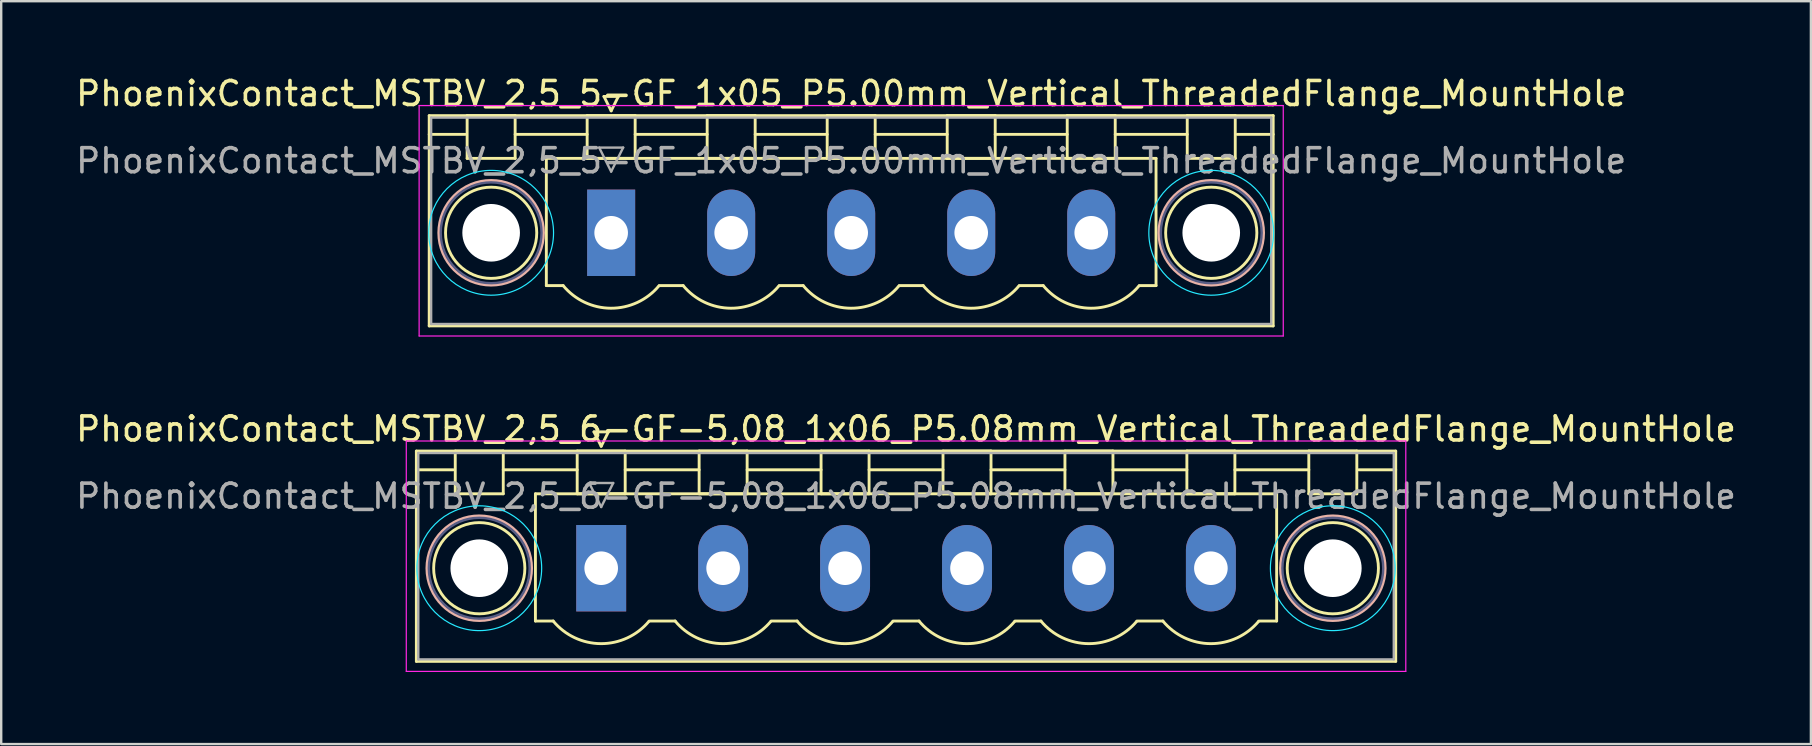
<source format=kicad_pcb>
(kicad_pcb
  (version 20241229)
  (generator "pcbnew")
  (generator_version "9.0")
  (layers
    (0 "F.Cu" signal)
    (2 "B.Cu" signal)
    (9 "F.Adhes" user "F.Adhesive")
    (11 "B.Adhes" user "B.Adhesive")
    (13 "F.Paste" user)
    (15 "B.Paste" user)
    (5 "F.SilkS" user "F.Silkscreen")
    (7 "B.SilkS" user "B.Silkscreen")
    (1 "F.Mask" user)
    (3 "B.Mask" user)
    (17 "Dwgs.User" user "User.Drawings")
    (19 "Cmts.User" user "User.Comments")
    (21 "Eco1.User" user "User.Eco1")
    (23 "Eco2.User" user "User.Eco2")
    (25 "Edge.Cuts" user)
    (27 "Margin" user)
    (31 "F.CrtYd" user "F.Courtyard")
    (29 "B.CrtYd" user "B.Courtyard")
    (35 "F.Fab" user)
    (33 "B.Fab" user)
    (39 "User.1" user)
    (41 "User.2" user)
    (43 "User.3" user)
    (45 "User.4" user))
  (footprint "PhoenixContact_MSTBV_2,5_5-GF_1x05_P5.00mm_Vertical_ThreadedFlange_MountHole"
    (layer "F.Cu")
    (at 22.411 6.648)
    (property "Reference" "PhoenixContact_MSTBV_2,5_5-GF_1x05_P5.00mm_Vertical_ThreadedFlange_MountHole" (at 10 -5.8 0) (layer "F.SilkS") (effects (font (size 1 1) (thickness 0.15))))
    (attr through_hole)
    (fp_line (start -7.58 -4.88) (end -7.58 3.88) (stroke (width 0.12) (type solid)) (layer "F.SilkS"))
    (fp_line (start -7.58 -4.1) (end -6.08 -4.1) (stroke (width 0.12) (type solid)) (layer "F.SilkS"))
    (fp_line (start -7.58 3.88) (end 27.58 3.88) (stroke (width 0.12) (type solid)) (layer "F.SilkS"))
    (fp_line (start -6 -4.88) (end -4 -4.88) (stroke (width 0.12) (type solid)) (layer "F.SilkS"))
    (fp_line (start -6 -3.1) (end -6 -4.88) (stroke (width 0.12) (type solid)) (layer "F.SilkS"))
    (fp_line (start -4 -4.88) (end -4 -3.1) (stroke (width 0.12) (type solid)) (layer "F.SilkS"))
    (fp_line (start -4 -4.1) (end -1 -4.1) (stroke (width 0.12) (type solid)) (layer "F.SilkS"))
    (fp_line (start -4 -3.1) (end -6 -3.1) (stroke (width 0.12) (type solid)) (layer "F.SilkS"))
    (fp_line (start -2.7 -3.1) (end 22.7 -3.1) (stroke (width 0.12) (type solid)) (layer "F.SilkS"))
    (fp_line (start -2.7 2.2) (end -2.7 -3.1) (stroke (width 0.12) (type solid)) (layer "F.SilkS"))
    (fp_line (start -2 2.2) (end -2.7 2.2) (stroke (width 0.12) (type solid)) (layer "F.SilkS"))
    (fp_line (start -1 -4.88) (end 1 -4.88) (stroke (width 0.12) (type solid)) (layer "F.SilkS"))
    (fp_line (start -1 -3.1) (end -1 -4.88) (stroke (width 0.12) (type solid)) (layer "F.SilkS"))
    (fp_line (start -0.3 -5.68) (end 0.3 -5.68) (stroke (width 0.12) (type solid)) (layer "F.SilkS"))
    (fp_line (start 0 -5.08) (end -0.3 -5.68) (stroke (width 0.12) (type solid)) (layer "F.SilkS"))
    (fp_line (start 0.3 -5.68) (end 0 -5.08) (stroke (width 0.12) (type solid)) (layer "F.SilkS"))
    (fp_line (start 1 -4.88) (end 1 -3.1) (stroke (width 0.12) (type solid)) (layer "F.SilkS"))
    (fp_line (start 1 -4.1) (end 4 -4.1) (stroke (width 0.12) (type solid)) (layer "F.SilkS"))
    (fp_line (start 1 -3.1) (end -1 -3.1) (stroke (width 0.12) (type solid)) (layer "F.SilkS"))
    (fp_line (start 2 2.2) (end 3 2.2) (stroke (width 0.12) (type solid)) (layer "F.SilkS"))
    (fp_line (start 4 -4.88) (end 6 -4.88) (stroke (width 0.12) (type solid)) (layer "F.SilkS"))
    (fp_line (start 4 -3.1) (end 4 -4.88) (stroke (width 0.12) (type solid)) (layer "F.SilkS"))
    (fp_line (start 6 -4.88) (end 6 -3.1) (stroke (width 0.12) (type solid)) (layer "F.SilkS"))
    (fp_line (start 6 -4.1) (end 9 -4.1) (stroke (width 0.12) (type solid)) (layer "F.SilkS"))
    (fp_line (start 6 -3.1) (end 4 -3.1) (stroke (width 0.12) (type solid)) (layer "F.SilkS"))
    (fp_line (start 7 2.2) (end 8 2.2) (stroke (width 0.12) (type solid)) (layer "F.SilkS"))
    (fp_line (start 9 -4.88) (end 11 -4.88) (stroke (width 0.12) (type solid)) (layer "F.SilkS"))
    (fp_line (start 9 -3.1) (end 9 -4.88) (stroke (width 0.12) (type solid)) (layer "F.SilkS"))
    (fp_line (start 11 -4.88) (end 11 -3.1) (stroke (width 0.12) (type solid)) (layer "F.SilkS"))
    (fp_line (start 11 -4.1) (end 14 -4.1) (stroke (width 0.12) (type solid)) (layer "F.SilkS"))
    (fp_line (start 11 -3.1) (end 9 -3.1) (stroke (width 0.12) (type solid)) (layer "F.SilkS"))
    (fp_line (start 12 2.2) (end 13 2.2) (stroke (width 0.12) (type solid)) (layer "F.SilkS"))
    (fp_line (start 14 -4.88) (end 16 -4.88) (stroke (width 0.12) (type solid)) (layer "F.SilkS"))
    (fp_line (start 14 -3.1) (end 14 -4.88) (stroke (width 0.12) (type solid)) (layer "F.SilkS"))
    (fp_line (start 16 -4.88) (end 16 -3.1) (stroke (width 0.12) (type solid)) (layer "F.SilkS"))
    (fp_line (start 16 -4.1) (end 19 -4.1) (stroke (width 0.12) (type solid)) (layer "F.SilkS"))
    (fp_line (start 16 -3.1) (end 14 -3.1) (stroke (width 0.12) (type solid)) (layer "F.SilkS"))
    (fp_line (start 17 2.2) (end 18 2.2) (stroke (width 0.12) (type solid)) (layer "F.SilkS"))
    (fp_line (start 19 -4.88) (end 21 -4.88) (stroke (width 0.12) (type solid)) (layer "F.SilkS"))
    (fp_line (start 19 -3.1) (end 19 -4.88) (stroke (width 0.12) (type solid)) (layer "F.SilkS"))
    (fp_line (start 21 -4.88) (end 21 -3.1) (stroke (width 0.12) (type solid)) (layer "F.SilkS"))
    (fp_line (start 21 -4.1) (end 24 -4.1) (stroke (width 0.12) (type solid)) (layer "F.SilkS"))
    (fp_line (start 21 -3.1) (end 19 -3.1) (stroke (width 0.12) (type solid)) (layer "F.SilkS"))
    (fp_line (start 22.7 -3.1) (end 22.7 2.2) (stroke (width 0.12) (type solid)) (layer "F.SilkS"))
    (fp_line (start 22.7 2.2) (end 22 2.2) (stroke (width 0.12) (type solid)) (layer "F.SilkS"))
    (fp_line (start 24 -4.88) (end 26 -4.88) (stroke (width 0.12) (type solid)) (layer "F.SilkS"))
    (fp_line (start 24 -3.1) (end 24 -4.88) (stroke (width 0.12) (type solid)) (layer "F.SilkS"))
    (fp_line (start 26 -4.88) (end 26 -3.1) (stroke (width 0.12) (type solid)) (layer "F.SilkS"))
    (fp_line (start 26 -3.1) (end 24 -3.1) (stroke (width 0.12) (type solid)) (layer "F.SilkS"))
    (fp_line (start 27.58 -4.88) (end -7.58 -4.88) (stroke (width 0.12) (type solid)) (layer "F.SilkS"))
    (fp_line (start 27.58 -4.1) (end 26.08 -4.1) (stroke (width 0.12) (type solid)) (layer "F.SilkS"))
    (fp_line (start 27.58 3.88) (end 27.58 -4.88) (stroke (width 0.12) (type solid)) (layer "F.SilkS"))
    (fp_arc (start 1.986842 2.215821) (mid -0.010289 3.142758) (end -2 2.2) (stroke (width 0.12) (type solid)) (layer "F.SilkS"))
    (fp_arc (start 6.986842 2.215821) (mid 4.989711 3.142758) (end 3 2.2) (stroke (width 0.12) (type solid)) (layer "F.SilkS"))
    (fp_arc (start 11.986842 2.215821) (mid 9.989711 3.142758) (end 8 2.2) (stroke (width 0.12) (type solid)) (layer "F.SilkS"))
    (fp_arc (start 16.986842 2.215821) (mid 14.989711 3.142758) (end 13 2.2) (stroke (width 0.12) (type solid)) (layer "F.SilkS"))
    (fp_arc (start 21.986842 2.215821) (mid 19.989711 3.142758) (end 18 2.2) (stroke (width 0.12) (type solid)) (layer "F.SilkS"))
    (fp_circle (center -5 0) (end -3.1 0) (stroke (width 0.12) (type solid)) (fill no) (layer "F.SilkS"))
    (fp_circle (center 25 0) (end 26.9 0) (stroke (width 0.12) (type solid)) (fill no) (layer "F.SilkS"))
    (fp_circle (center -5 0) (end -2.82 0) (stroke (width 0.12) (type solid)) (fill no) (layer "B.SilkS"))
    (fp_circle (center 25 0) (end 27.18 0) (stroke (width 0.12) (type solid)) (fill no) (layer "B.SilkS"))
    (fp_circle (center -5 0) (end -2.4 0) (stroke (width 0.05) (type solid)) (fill no) (layer "B.CrtYd"))
    (fp_circle (center 25 0) (end 27.6 0) (stroke (width 0.05) (type solid)) (fill no) (layer "B.CrtYd"))
    (fp_line (start -8 -5.3) (end -8 4.3) (stroke (width 0.05) (type solid)) (layer "F.CrtYd"))
    (fp_line (start -8 4.3) (end 28 4.3) (stroke (width 0.05) (type solid)) (layer "F.CrtYd"))
    (fp_line (start 28 -5.3) (end -8 -5.3) (stroke (width 0.05) (type solid)) (layer "F.CrtYd"))
    (fp_line (start 28 4.3) (end 28 -5.3) (stroke (width 0.05) (type solid)) (layer "F.CrtYd"))
    (fp_circle (center -5 0) (end -2.9 0) (stroke (width 0.1) (type solid)) (fill no) (layer "B.Fab"))
    (fp_circle (center 25 0) (end 27.1 0) (stroke (width 0.1) (type solid)) (fill no) (layer "B.Fab"))
    (fp_line (start -7.5 -4.8) (end -7.5 3.8) (stroke (width 0.1) (type solid)) (layer "F.Fab"))
    (fp_line (start -7.5 3.8) (end 27.5 3.8) (stroke (width 0.1) (type solid)) (layer "F.Fab"))
    (fp_line (start -0.5 -3.55) (end 0.5 -3.55) (stroke (width 0.1) (type solid)) (layer "F.Fab"))
    (fp_line (start 0 -2.55) (end -0.5 -3.55) (stroke (width 0.1) (type solid)) (layer "F.Fab"))
    (fp_line (start 0.5 -3.55) (end 0 -2.55) (stroke (width 0.1) (type solid)) (layer "F.Fab"))
    (fp_line (start 27.5 -4.8) (end -7.5 -4.8) (stroke (width 0.1) (type solid)) (layer "F.Fab"))
    (fp_line (start 27.5 3.8) (end 27.5 -4.8) (stroke (width 0.1) (type solid)) (layer "F.Fab"))
    (fp_text user "${REFERENCE}" (at 10 -3 0) (layer "F.Fab") (effects (font (size 1 1) (thickness 0.15))))
    (pad "" np_thru_hole circle (at -5 0) (size 2.4 2.4) (drill 2.4) (layers "*.Cu" "*.Mask"))
    (pad "" np_thru_hole circle (at 25 0) (size 2.4 2.4) (drill 2.4) (layers "*.Cu" "*.Mask"))
    (pad "1" thru_hole rect (at 0 0) (size 2 3.6) (drill 1.4) (layers "*.Cu" "*.Mask"))
    (pad "2" thru_hole oval (at 5 0) (size 2 3.6) (drill 1.4) (layers "*.Cu" "*.Mask"))
    (pad "3" thru_hole oval (at 10 0) (size 2 3.6) (drill 1.4) (layers "*.Cu" "*.Mask"))
    (pad "4" thru_hole oval (at 15 0) (size 2 3.6) (drill 1.4) (layers "*.Cu" "*.Mask"))
    (pad "5" thru_hole oval (at 20 0) (size 2 3.6) (drill 1.4) (layers "*.Cu" "*.Mask")))
  (footprint "PhoenixContact_MSTBV_2,5_6-GF-5,08_1x06_P5.08mm_Vertical_ThreadedFlange_MountHole"
    (layer "F.Cu")
    (at 21.996 20.622)
    (property "Reference" "PhoenixContact_MSTBV_2,5_6-GF-5,08_1x06_P5.08mm_Vertical_ThreadedFlange_MountHole" (at 12.7 -5.8 0) (layer "F.SilkS") (effects (font (size 1 1) (thickness 0.15))))
    (attr through_hole)
    (fp_line (start -7.7 -4.88) (end -7.7 3.88) (stroke (width 0.12) (type solid)) (layer "F.SilkS"))
    (fp_line (start -7.7 -4.1) (end -6.16 -4.1) (stroke (width 0.12) (type solid)) (layer "F.SilkS"))
    (fp_line (start -7.7 3.88) (end 33.1 3.88) (stroke (width 0.12) (type solid)) (layer "F.SilkS"))
    (fp_line (start -6.08 -4.88) (end -4.08 -4.88) (stroke (width 0.12) (type solid)) (layer "F.SilkS"))
    (fp_line (start -6.08 -3.1) (end -6.08 -4.88) (stroke (width 0.12) (type solid)) (layer "F.SilkS"))
    (fp_line (start -4.08 -4.88) (end -4.08 -3.1) (stroke (width 0.12) (type solid)) (layer "F.SilkS"))
    (fp_line (start -4.08 -4.1) (end -1 -4.1) (stroke (width 0.12) (type solid)) (layer "F.SilkS"))
    (fp_line (start -4.08 -3.1) (end -6.08 -3.1) (stroke (width 0.12) (type solid)) (layer "F.SilkS"))
    (fp_line (start -2.74 -3.1) (end 28.14 -3.1) (stroke (width 0.12) (type solid)) (layer "F.SilkS"))
    (fp_line (start -2.74 2.2) (end -2.74 -3.1) (stroke (width 0.12) (type solid)) (layer "F.SilkS"))
    (fp_line (start -2 2.2) (end -2.74 2.2) (stroke (width 0.12) (type solid)) (layer "F.SilkS"))
    (fp_line (start -1 -4.88) (end 1 -4.88) (stroke (width 0.12) (type solid)) (layer "F.SilkS"))
    (fp_line (start -1 -3.1) (end -1 -4.88) (stroke (width 0.12) (type solid)) (layer "F.SilkS"))
    (fp_line (start -0.3 -5.68) (end 0.3 -5.68) (stroke (width 0.12) (type solid)) (layer "F.SilkS"))
    (fp_line (start 0 -5.08) (end -0.3 -5.68) (stroke (width 0.12) (type solid)) (layer "F.SilkS"))
    (fp_line (start 0.3 -5.68) (end 0 -5.08) (stroke (width 0.12) (type solid)) (layer "F.SilkS"))
    (fp_line (start 1 -4.88) (end 1 -3.1) (stroke (width 0.12) (type solid)) (layer "F.SilkS"))
    (fp_line (start 1 -4.1) (end 4.08 -4.1) (stroke (width 0.12) (type solid)) (layer "F.SilkS"))
    (fp_line (start 1 -3.1) (end -1 -3.1) (stroke (width 0.12) (type solid)) (layer "F.SilkS"))
    (fp_line (start 2 2.2) (end 3.08 2.2) (stroke (width 0.12) (type solid)) (layer "F.SilkS"))
    (fp_line (start 4.08 -4.88) (end 6.08 -4.88) (stroke (width 0.12) (type solid)) (layer "F.SilkS"))
    (fp_line (start 4.08 -3.1) (end 4.08 -4.88) (stroke (width 0.12) (type solid)) (layer "F.SilkS"))
    (fp_line (start 6.08 -4.88) (end 6.08 -3.1) (stroke (width 0.12) (type solid)) (layer "F.SilkS"))
    (fp_line (start 6.08 -4.1) (end 9.16 -4.1) (stroke (width 0.12) (type solid)) (layer "F.SilkS"))
    (fp_line (start 6.08 -3.1) (end 4.08 -3.1) (stroke (width 0.12) (type solid)) (layer "F.SilkS"))
    (fp_line (start 7.08 2.2) (end 8.16 2.2) (stroke (width 0.12) (type solid)) (layer "F.SilkS"))
    (fp_line (start 9.16 -4.88) (end 11.16 -4.88) (stroke (width 0.12) (type solid)) (layer "F.SilkS"))
    (fp_line (start 9.16 -3.1) (end 9.16 -4.88) (stroke (width 0.12) (type solid)) (layer "F.SilkS"))
    (fp_line (start 11.16 -4.88) (end 11.16 -3.1) (stroke (width 0.12) (type solid)) (layer "F.SilkS"))
    (fp_line (start 11.16 -4.1) (end 14.24 -4.1) (stroke (width 0.12) (type solid)) (layer "F.SilkS"))
    (fp_line (start 11.16 -3.1) (end 9.16 -3.1) (stroke (width 0.12) (type solid)) (layer "F.SilkS"))
    (fp_line (start 12.16 2.2) (end 13.24 2.2) (stroke (width 0.12) (type solid)) (layer "F.SilkS"))
    (fp_line (start 14.24 -4.88) (end 16.24 -4.88) (stroke (width 0.12) (type solid)) (layer "F.SilkS"))
    (fp_line (start 14.24 -3.1) (end 14.24 -4.88) (stroke (width 0.12) (type solid)) (layer "F.SilkS"))
    (fp_line (start 16.24 -4.88) (end 16.24 -3.1) (stroke (width 0.12) (type solid)) (layer "F.SilkS"))
    (fp_line (start 16.24 -4.1) (end 19.32 -4.1) (stroke (width 0.12) (type solid)) (layer "F.SilkS"))
    (fp_line (start 16.24 -3.1) (end 14.24 -3.1) (stroke (width 0.12) (type solid)) (layer "F.SilkS"))
    (fp_line (start 17.24 2.2) (end 18.32 2.2) (stroke (width 0.12) (type solid)) (layer "F.SilkS"))
    (fp_line (start 19.32 -4.88) (end 21.32 -4.88) (stroke (width 0.12) (type solid)) (layer "F.SilkS"))
    (fp_line (start 19.32 -3.1) (end 19.32 -4.88) (stroke (width 0.12) (type solid)) (layer "F.SilkS"))
    (fp_line (start 21.32 -4.88) (end 21.32 -3.1) (stroke (width 0.12) (type solid)) (layer "F.SilkS"))
    (fp_line (start 21.32 -4.1) (end 24.4 -4.1) (stroke (width 0.12) (type solid)) (layer "F.SilkS"))
    (fp_line (start 21.32 -3.1) (end 19.32 -3.1) (stroke (width 0.12) (type solid)) (layer "F.SilkS"))
    (fp_line (start 22.32 2.2) (end 23.4 2.2) (stroke (width 0.12) (type solid)) (layer "F.SilkS"))
    (fp_line (start 24.4 -4.88) (end 26.4 -4.88) (stroke (width 0.12) (type solid)) (layer "F.SilkS"))
    (fp_line (start 24.4 -3.1) (end 24.4 -4.88) (stroke (width 0.12) (type solid)) (layer "F.SilkS"))
    (fp_line (start 26.4 -4.88) (end 26.4 -3.1) (stroke (width 0.12) (type solid)) (layer "F.SilkS"))
    (fp_line (start 26.4 -4.1) (end 29.48 -4.1) (stroke (width 0.12) (type solid)) (layer "F.SilkS"))
    (fp_line (start 26.4 -3.1) (end 24.4 -3.1) (stroke (width 0.12) (type solid)) (layer "F.SilkS"))
    (fp_line (start 28.14 -3.1) (end 28.14 2.2) (stroke (width 0.12) (type solid)) (layer "F.SilkS"))
    (fp_line (start 28.14 2.2) (end 27.4 2.2) (stroke (width 0.12) (type solid)) (layer "F.SilkS"))
    (fp_line (start 29.48 -4.88) (end 31.48 -4.88) (stroke (width 0.12) (type solid)) (layer "F.SilkS"))
    (fp_line (start 29.48 -3.1) (end 29.48 -4.88) (stroke (width 0.12) (type solid)) (layer "F.SilkS"))
    (fp_line (start 31.48 -4.88) (end 31.48 -3.1) (stroke (width 0.12) (type solid)) (layer "F.SilkS"))
    (fp_line (start 31.48 -3.1) (end 29.48 -3.1) (stroke (width 0.12) (type solid)) (layer "F.SilkS"))
    (fp_line (start 33.1 -4.88) (end -7.7 -4.88) (stroke (width 0.12) (type solid)) (layer "F.SilkS"))
    (fp_line (start 33.1 -4.1) (end 31.56 -4.1) (stroke (width 0.12) (type solid)) (layer "F.SilkS"))
    (fp_line (start 33.1 3.88) (end 33.1 -4.88) (stroke (width 0.12) (type solid)) (layer "F.SilkS"))
    (fp_arc (start 1.986842 2.215821) (mid -0.010289 3.142758) (end -2 2.2) (stroke (width 0.12) (type solid)) (layer "F.SilkS"))
    (fp_arc (start 7.066842 2.215821) (mid 5.069711 3.142758) (end 3.08 2.2) (stroke (width 0.12) (type solid)) (layer "F.SilkS"))
    (fp_arc (start 12.146842 2.215821) (mid 10.149711 3.142758) (end 8.16 2.2) (stroke (width 0.12) (type solid)) (layer "F.SilkS"))
    (fp_arc (start 17.226842 2.215821) (mid 15.229711 3.142758) (end 13.24 2.2) (stroke (width 0.12) (type solid)) (layer "F.SilkS"))
    (fp_arc (start 22.306842 2.215821) (mid 20.309711 3.142758) (end 18.32 2.2) (stroke (width 0.12) (type solid)) (layer "F.SilkS"))
    (fp_arc (start 27.386842 2.215821) (mid 25.389711 3.142758) (end 23.4 2.2) (stroke (width 0.12) (type solid)) (layer "F.SilkS"))
    (fp_circle (center -5.08 0) (end -3.18 0) (stroke (width 0.12) (type solid)) (fill no) (layer "F.SilkS"))
    (fp_circle (center 30.48 0) (end 32.38 0) (stroke (width 0.12) (type solid)) (fill no) (layer "F.SilkS"))
    (fp_circle (center -5.08 0) (end -2.9 0) (stroke (width 0.12) (type solid)) (fill no) (layer "B.SilkS"))
    (fp_circle (center 30.48 0) (end 32.66 0) (stroke (width 0.12) (type solid)) (fill no) (layer "B.SilkS"))
    (fp_circle (center -5.08 0) (end -2.48 0) (stroke (width 0.05) (type solid)) (fill no) (layer "B.CrtYd"))
    (fp_circle (center 30.48 0) (end 33.08 0) (stroke (width 0.05) (type solid)) (fill no) (layer "B.CrtYd"))
    (fp_line (start -8.12 -5.3) (end -8.12 4.3) (stroke (width 0.05) (type solid)) (layer "F.CrtYd"))
    (fp_line (start -8.12 4.3) (end 33.52 4.3) (stroke (width 0.05) (type solid)) (layer "F.CrtYd"))
    (fp_line (start 33.52 -5.3) (end -8.12 -5.3) (stroke (width 0.05) (type solid)) (layer "F.CrtYd"))
    (fp_line (start 33.52 4.3) (end 33.52 -5.3) (stroke (width 0.05) (type solid)) (layer "F.CrtYd"))
    (fp_circle (center -5.08 0) (end -2.98 0) (stroke (width 0.1) (type solid)) (fill no) (layer "B.Fab"))
    (fp_circle (center 30.48 0) (end 32.58 0) (stroke (width 0.1) (type solid)) (fill no) (layer "B.Fab"))
    (fp_line (start -7.62 -4.8) (end -7.62 3.8) (stroke (width 0.1) (type solid)) (layer "F.Fab"))
    (fp_line (start -7.62 3.8) (end 33.02 3.8) (stroke (width 0.1) (type solid)) (layer "F.Fab"))
    (fp_line (start -0.5 -3.55) (end 0.5 -3.55) (stroke (width 0.1) (type solid)) (layer "F.Fab"))
    (fp_line (start 0 -2.55) (end -0.5 -3.55) (stroke (width 0.1) (type solid)) (layer "F.Fab"))
    (fp_line (start 0.5 -3.55) (end 0 -2.55) (stroke (width 0.1) (type solid)) (layer "F.Fab"))
    (fp_line (start 33.02 -4.8) (end -7.62 -4.8) (stroke (width 0.1) (type solid)) (layer "F.Fab"))
    (fp_line (start 33.02 3.8) (end 33.02 -4.8) (stroke (width 0.1) (type solid)) (layer "F.Fab"))
    (fp_text user "${REFERENCE}" (at 12.7 -3 0) (layer "F.Fab") (effects (font (size 1 1) (thickness 0.15))))
    (pad "" np_thru_hole circle (at -5.08 0) (size 2.4 2.4) (drill 2.4) (layers "*.Cu" "*.Mask"))
    (pad "" np_thru_hole circle (at 30.48 0) (size 2.4 2.4) (drill 2.4) (layers "*.Cu" "*.Mask"))
    (pad "1" thru_hole rect (at 0 0) (size 2.08 3.6) (drill 1.4) (layers "*.Cu" "*.Mask"))
    (pad "2" thru_hole oval (at 5.08 0) (size 2.08 3.6) (drill 1.4) (layers "*.Cu" "*.Mask"))
    (pad "3" thru_hole oval (at 10.16 0) (size 2.08 3.6) (drill 1.4) (layers "*.Cu" "*.Mask"))
    (pad "4" thru_hole oval (at 15.24 0) (size 2.08 3.6) (drill 1.4) (layers "*.Cu" "*.Mask"))
    (pad "5" thru_hole oval (at 20.32 0) (size 2.08 3.6) (drill 1.4) (layers "*.Cu" "*.Mask"))
    (pad "6" thru_hole oval (at 25.4 0) (size 2.08 3.6) (drill 1.4) (layers "*.Cu" "*.Mask")))
  (gr_rect
    (start -3 -3)
    (end 72.393 27.947)
    (stroke (width 0.1) (type default))
    (fill no)
    (layer "Edge.Cuts")))
</source>
